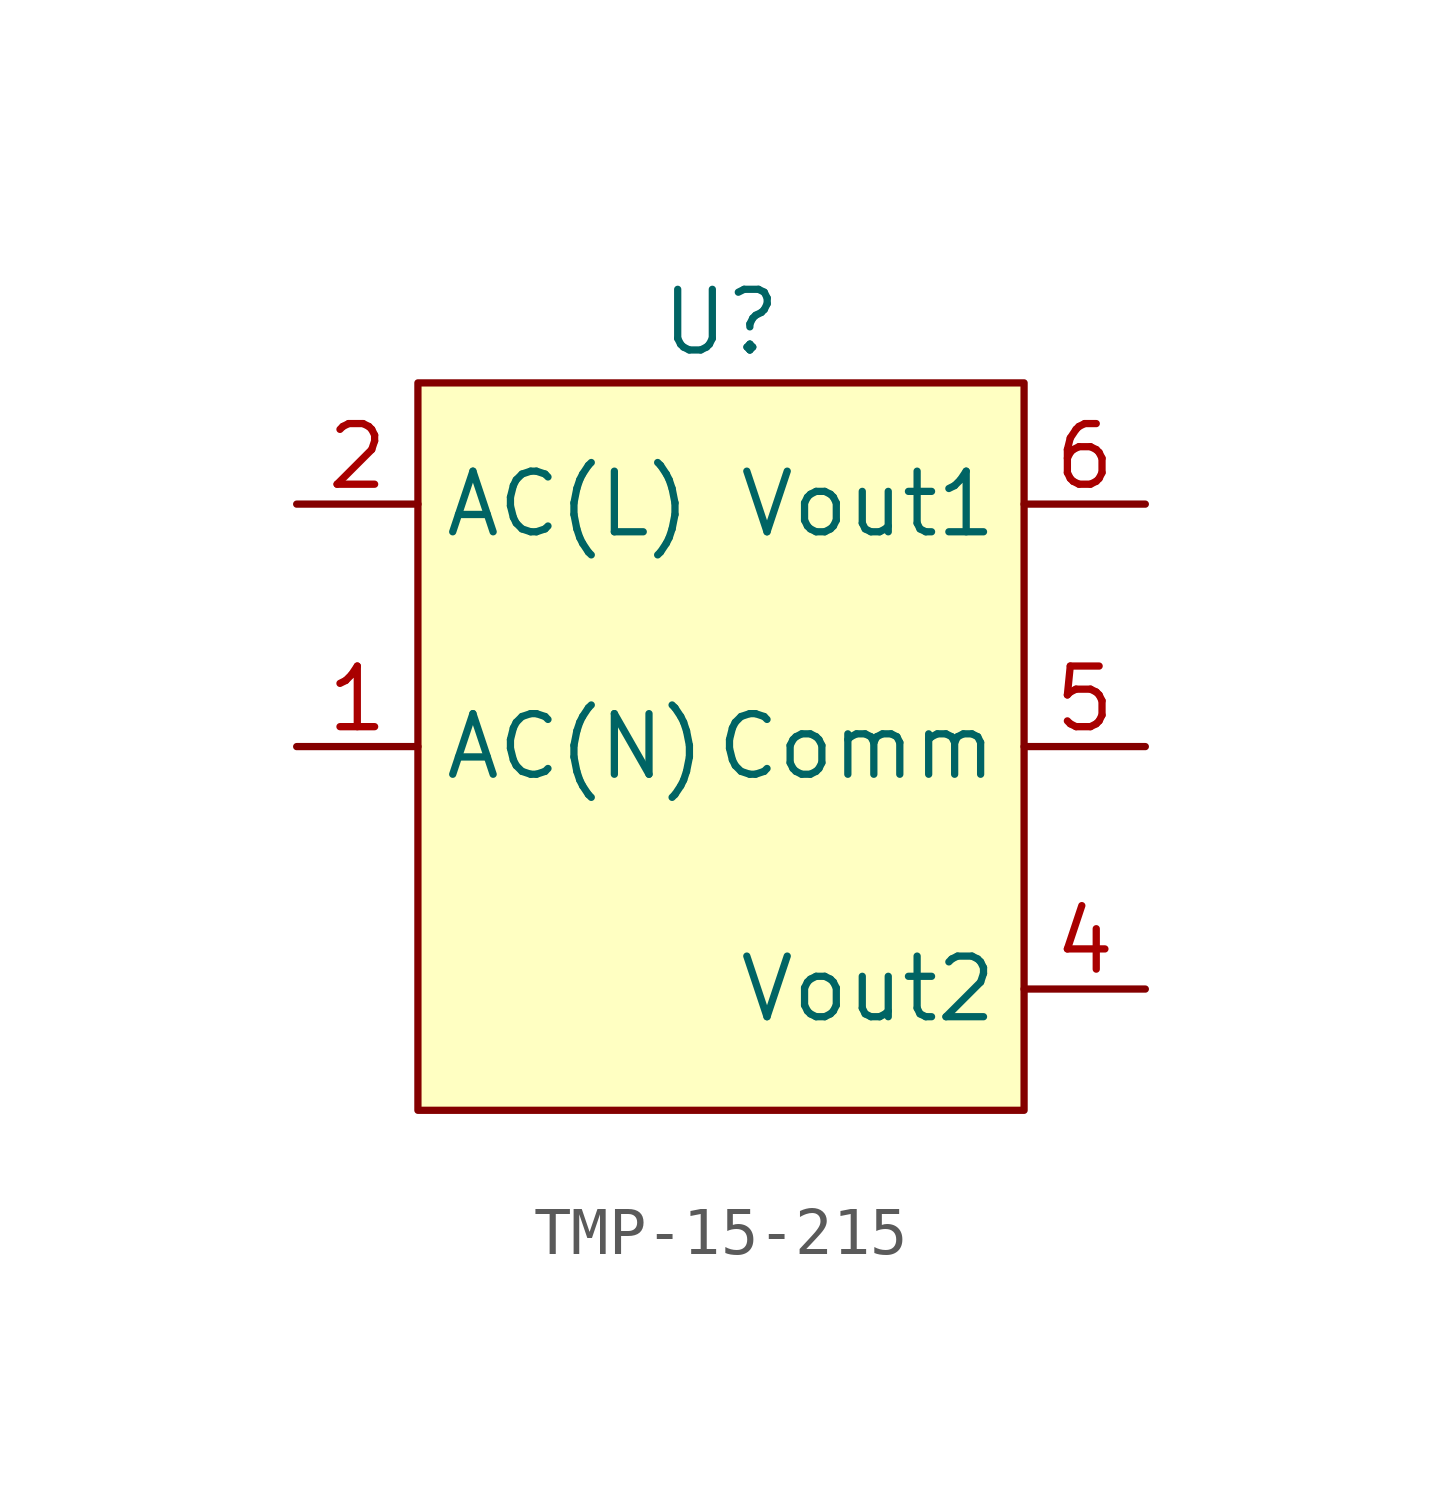
<source format=kicad_sym>
(kicad_symbol_lib
  (version 20231120)
  (generator "kicad_symbol_editor")
  (generator_version "8.0")
  (symbol "TMP-15-215"
    (property "Reference" "U"
      (at 0 0 0)
      (effects (font (size 1.27 1.27))))
    (property "Value" ""
      (at 0 0 0)
      (effects (font (size 1.27 1.27))))
    (symbol "TMP-15-215_0_1"
      (rectangle (start -6.35 -1.27) (end 6.35 -16.51) (stroke (width 0) (type default)) (fill (type color) (color 255 255 194 1))))
    (symbol "TMP-15-215_1_1"
      (pin input line (at -8.89 -8.89 0) (length 2.54) (name "AC(N)" (effects (font (size 1.27 1.27)))) (number "1" (effects (font (size 1.27 1.27)))))
      (pin input line (at -8.89 -3.81 0) (length 2.54) (name "AC(L)" (effects (font (size 1.27 1.27)))) (number "2" (effects (font (size 1.27 1.27)))))
      (pin output line (at 8.89 -13.97 180) (length 2.54) (name "Vout2" (effects (font (size 1.27 1.27)))) (number "4" (effects (font (size 1.27 1.27)))))
      (pin output line (at 8.89 -8.89 180) (length 2.54) (name "Comm" (effects (font (size 1.27 1.27)))) (number "5" (effects (font (size 1.27 1.27)))))
      (pin output line (at 8.89 -3.81 180) (length 2.54) (name "Vout1" (effects (font (size 1.27 1.27)))) (number "6" (effects (font (size 1.27 1.27))))))))
</source>
